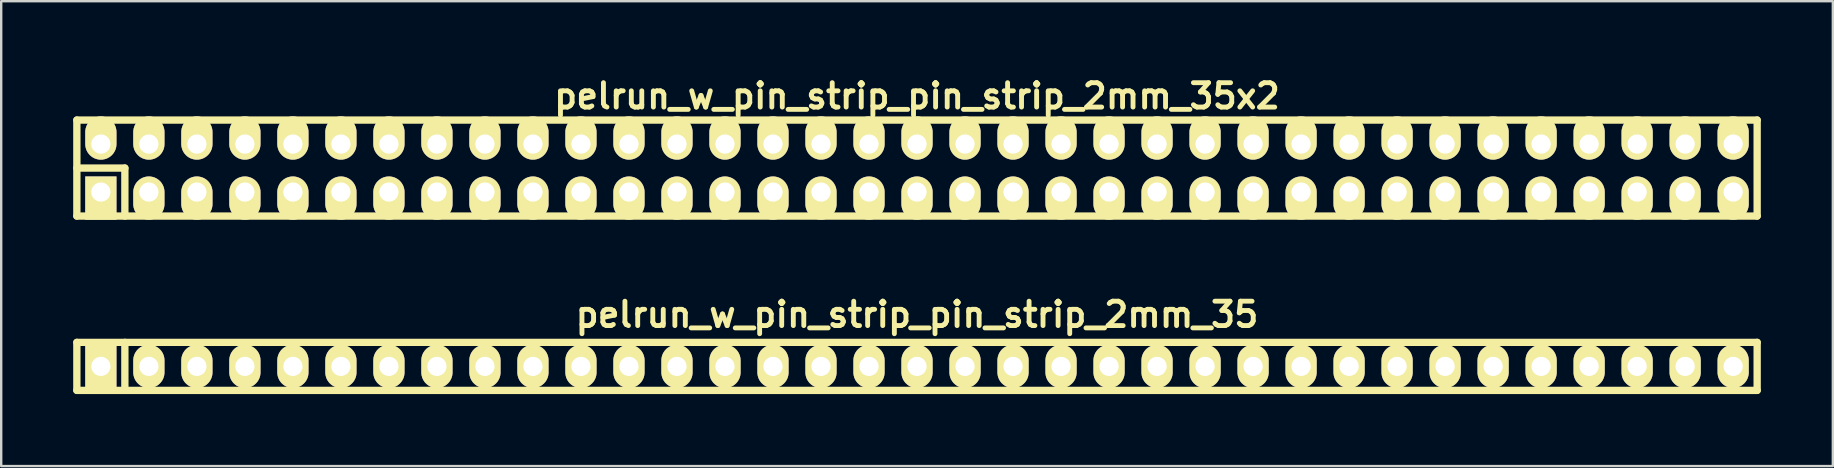
<source format=kicad_pcb>
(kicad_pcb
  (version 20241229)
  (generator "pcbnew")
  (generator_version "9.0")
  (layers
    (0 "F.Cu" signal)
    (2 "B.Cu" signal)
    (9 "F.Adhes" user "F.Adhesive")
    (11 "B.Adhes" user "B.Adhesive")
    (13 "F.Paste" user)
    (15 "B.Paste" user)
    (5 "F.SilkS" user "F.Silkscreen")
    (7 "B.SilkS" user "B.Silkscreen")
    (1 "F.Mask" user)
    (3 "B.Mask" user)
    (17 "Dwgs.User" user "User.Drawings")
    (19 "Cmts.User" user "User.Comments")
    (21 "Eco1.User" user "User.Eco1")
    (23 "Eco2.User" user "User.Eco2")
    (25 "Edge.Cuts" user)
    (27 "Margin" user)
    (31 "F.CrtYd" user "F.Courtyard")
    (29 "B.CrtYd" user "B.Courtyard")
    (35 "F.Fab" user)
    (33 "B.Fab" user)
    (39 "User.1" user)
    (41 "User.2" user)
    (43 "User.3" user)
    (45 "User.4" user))
  (footprint "pelrun_w_pin_strip_pin_strip_2mm_35"
    (layer "F.Cu")
    (at 35.152 12.213)
    (property "Reference" "pelrun_w_pin_strip_pin_strip_2mm_35" (at 0 -2.159 0) (layer "F.SilkS") (effects (font (size 1.016 1.016) (thickness 0.203))))
    (attr through_hole)
    (fp_line (start -35 -1) (end 35 -1) (stroke (width 0.305) (type solid)) (layer "F.SilkS"))
    (fp_line (start -35 1) (end -35 -1) (stroke (width 0.305) (type solid)) (layer "F.SilkS"))
    (fp_line (start -33 -1) (end -33 1) (stroke (width 0.305) (type solid)) (layer "F.SilkS"))
    (fp_line (start 35 -1) (end 35 1) (stroke (width 0.305) (type solid)) (layer "F.SilkS"))
    (fp_line (start 35 1) (end -35 1) (stroke (width 0.305) (type solid)) (layer "F.SilkS"))
    (pad "1" thru_hole rect (at -34 0) (size 1.3 1.8) (drill 0.8) (layers "*.Cu" "*.Mask" "F.SilkS"))
    (pad "2" thru_hole oval (at -32 0) (size 1.3 1.8) (drill 0.8) (layers "*.Cu" "*.Mask" "F.SilkS"))
    (pad "3" thru_hole oval (at -30 0) (size 1.3 1.8) (drill 0.8) (layers "*.Cu" "*.Mask" "F.SilkS"))
    (pad "4" thru_hole oval (at -28 0) (size 1.3 1.8) (drill 0.8) (layers "*.Cu" "*.Mask" "F.SilkS"))
    (pad "5" thru_hole oval (at -26 0) (size 1.3 1.8) (drill 0.8) (layers "*.Cu" "*.Mask" "F.SilkS"))
    (pad "6" thru_hole oval (at -24 0) (size 1.3 1.8) (drill 0.8) (layers "*.Cu" "*.Mask" "F.SilkS"))
    (pad "7" thru_hole oval (at -22 0) (size 1.3 1.8) (drill 0.8) (layers "*.Cu" "*.Mask" "F.SilkS"))
    (pad "8" thru_hole oval (at -20 0) (size 1.3 1.8) (drill 0.8) (layers "*.Cu" "*.Mask" "F.SilkS"))
    (pad "9" thru_hole oval (at -18 0) (size 1.3 1.8) (drill 0.8) (layers "*.Cu" "*.Mask" "F.SilkS"))
    (pad "10" thru_hole oval (at -16 0) (size 1.3 1.8) (drill 0.8) (layers "*.Cu" "*.Mask" "F.SilkS"))
    (pad "11" thru_hole oval (at -14 0) (size 1.3 1.8) (drill 0.8) (layers "*.Cu" "*.Mask" "F.SilkS"))
    (pad "12" thru_hole oval (at -12 0) (size 1.3 1.8) (drill 0.8) (layers "*.Cu" "*.Mask" "F.SilkS"))
    (pad "13" thru_hole oval (at -10 0) (size 1.3 1.8) (drill 0.8) (layers "*.Cu" "*.Mask" "F.SilkS"))
    (pad "14" thru_hole oval (at -8 0) (size 1.3 1.8) (drill 0.8) (layers "*.Cu" "*.Mask" "F.SilkS"))
    (pad "15" thru_hole oval (at -6 0) (size 1.3 1.8) (drill 0.8) (layers "*.Cu" "*.Mask" "F.SilkS"))
    (pad "16" thru_hole oval (at -4 0) (size 1.3 1.8) (drill 0.8) (layers "*.Cu" "*.Mask" "F.SilkS"))
    (pad "17" thru_hole oval (at -2 0) (size 1.3 1.8) (drill 0.8) (layers "*.Cu" "*.Mask" "F.SilkS"))
    (pad "18" thru_hole oval (at 0 0) (size 1.3 1.8) (drill 0.8) (layers "*.Cu" "*.Mask" "F.SilkS"))
    (pad "19" thru_hole oval (at 2 0) (size 1.3 1.8) (drill 0.8) (layers "*.Cu" "*.Mask" "F.SilkS"))
    (pad "20" thru_hole oval (at 4 0) (size 1.3 1.8) (drill 0.8) (layers "*.Cu" "*.Mask" "F.SilkS"))
    (pad "21" thru_hole oval (at 6 0) (size 1.3 1.8) (drill 0.8) (layers "*.Cu" "*.Mask" "F.SilkS"))
    (pad "22" thru_hole oval (at 8 0) (size 1.3 1.8) (drill 0.8) (layers "*.Cu" "*.Mask" "F.SilkS"))
    (pad "23" thru_hole oval (at 10 0) (size 1.3 1.8) (drill 0.8) (layers "*.Cu" "*.Mask" "F.SilkS"))
    (pad "24" thru_hole oval (at 12 0) (size 1.3 1.8) (drill 0.8) (layers "*.Cu" "*.Mask" "F.SilkS"))
    (pad "25" thru_hole oval (at 14 0) (size 1.3 1.8) (drill 0.8) (layers "*.Cu" "*.Mask" "F.SilkS"))
    (pad "26" thru_hole oval (at 16 0) (size 1.3 1.8) (drill 0.8) (layers "*.Cu" "*.Mask" "F.SilkS"))
    (pad "27" thru_hole oval (at 18 0) (size 1.3 1.8) (drill 0.8) (layers "*.Cu" "*.Mask" "F.SilkS"))
    (pad "28" thru_hole oval (at 20 0) (size 1.3 1.8) (drill 0.8) (layers "*.Cu" "*.Mask" "F.SilkS"))
    (pad "29" thru_hole oval (at 22 0) (size 1.3 1.8) (drill 0.8) (layers "*.Cu" "*.Mask" "F.SilkS"))
    (pad "30" thru_hole oval (at 24 0) (size 1.3 1.8) (drill 0.8) (layers "*.Cu" "*.Mask" "F.SilkS"))
    (pad "31" thru_hole oval (at 26 0) (size 1.3 1.8) (drill 0.8) (layers "*.Cu" "*.Mask" "F.SilkS"))
    (pad "32" thru_hole oval (at 28 0) (size 1.3 1.8) (drill 0.8) (layers "*.Cu" "*.Mask" "F.SilkS"))
    (pad "33" thru_hole oval (at 30 0) (size 1.3 1.8) (drill 0.8) (layers "*.Cu" "*.Mask" "F.SilkS"))
    (pad "34" thru_hole oval (at 32 0) (size 1.3 1.8) (drill 0.8) (layers "*.Cu" "*.Mask" "F.SilkS"))
    (pad "35" thru_hole oval (at 34 0) (size 1.3 1.8) (drill 0.8) (layers "*.Cu" "*.Mask" "F.SilkS")))
  (footprint "pelrun_w_pin_strip_pin_strip_2mm_35x2"
    (layer "F.Cu")
    (at 35.152 3.951)
    (property "Reference" "pelrun_w_pin_strip_pin_strip_2mm_35x2" (at 0 -3 0) (layer "F.SilkS") (effects (font (size 1.016 1.016) (thickness 0.203))))
    (attr through_hole)
    (fp_line (start -35 -2) (end 35 -2) (stroke (width 0.305) (type solid)) (layer "F.SilkS"))
    (fp_line (start -35 0) (end -33 0) (stroke (width 0.305) (type solid)) (layer "F.SilkS"))
    (fp_line (start -35 2) (end -35 -2) (stroke (width 0.305) (type solid)) (layer "F.SilkS"))
    (fp_line (start -33 0) (end -33 2) (stroke (width 0.305) (type solid)) (layer "F.SilkS"))
    (fp_line (start 35 -2) (end 35 2) (stroke (width 0.305) (type solid)) (layer "F.SilkS"))
    (fp_line (start 35 2) (end -35 2) (stroke (width 0.305) (type solid)) (layer "F.SilkS"))
    (pad "1" thru_hole rect (at -34 1) (size 1.3 1.8) (drill 0.8 (offset 0 0.25)) (layers "*.Cu" "*.Mask" "F.SilkS"))
    (pad "2" thru_hole oval (at -34 -1) (size 1.3 1.8) (drill 0.8 (offset 0 -0.25)) (layers "*.Cu" "*.Mask" "F.SilkS"))
    (pad "3" thru_hole oval (at -32 1) (size 1.3 1.8) (drill 0.8 (offset 0 0.25)) (layers "*.Cu" "*.Mask" "F.SilkS"))
    (pad "4" thru_hole oval (at -32 -1) (size 1.3 1.8) (drill 0.8 (offset 0 -0.25)) (layers "*.Cu" "*.Mask" "F.SilkS"))
    (pad "5" thru_hole oval (at -30 1) (size 1.3 1.8) (drill 0.8 (offset 0 0.25)) (layers "*.Cu" "*.Mask" "F.SilkS"))
    (pad "6" thru_hole oval (at -30 -1) (size 1.3 1.8) (drill 0.8 (offset 0 -0.25)) (layers "*.Cu" "*.Mask" "F.SilkS"))
    (pad "7" thru_hole oval (at -28 1) (size 1.3 1.8) (drill 0.8 (offset 0 0.25)) (layers "*.Cu" "*.Mask" "F.SilkS"))
    (pad "8" thru_hole oval (at -28 -1) (size 1.3 1.8) (drill 0.8 (offset 0 -0.25)) (layers "*.Cu" "*.Mask" "F.SilkS"))
    (pad "9" thru_hole oval (at -26 1) (size 1.3 1.8) (drill 0.8 (offset 0 0.25)) (layers "*.Cu" "*.Mask" "F.SilkS"))
    (pad "10" thru_hole oval (at -26 -1) (size 1.3 1.8) (drill 0.8 (offset 0 -0.25)) (layers "*.Cu" "*.Mask" "F.SilkS"))
    (pad "11" thru_hole oval (at -24 1) (size 1.3 1.8) (drill 0.8 (offset 0 0.25)) (layers "*.Cu" "*.Mask" "F.SilkS"))
    (pad "12" thru_hole oval (at -24 -1) (size 1.3 1.8) (drill 0.8 (offset 0 -0.25)) (layers "*.Cu" "*.Mask" "F.SilkS"))
    (pad "13" thru_hole oval (at -22 1) (size 1.3 1.8) (drill 0.8 (offset 0 0.25)) (layers "*.Cu" "*.Mask" "F.SilkS"))
    (pad "14" thru_hole oval (at -22 -1) (size 1.3 1.8) (drill 0.8 (offset 0 -0.25)) (layers "*.Cu" "*.Mask" "F.SilkS"))
    (pad "15" thru_hole oval (at -20 1) (size 1.3 1.8) (drill 0.8 (offset 0 0.25)) (layers "*.Cu" "*.Mask" "F.SilkS"))
    (pad "16" thru_hole oval (at -20 -1) (size 1.3 1.8) (drill 0.8 (offset 0 -0.25)) (layers "*.Cu" "*.Mask" "F.SilkS"))
    (pad "17" thru_hole oval (at -18 1) (size 1.3 1.8) (drill 0.8 (offset 0 0.25)) (layers "*.Cu" "*.Mask" "F.SilkS"))
    (pad "18" thru_hole oval (at -18 -1) (size 1.3 1.8) (drill 0.8 (offset 0 -0.25)) (layers "*.Cu" "*.Mask" "F.SilkS"))
    (pad "19" thru_hole oval (at -16 1) (size 1.3 1.8) (drill 0.8 (offset 0 0.25)) (layers "*.Cu" "*.Mask" "F.SilkS"))
    (pad "20" thru_hole oval (at -16 -1) (size 1.3 1.8) (drill 0.8 (offset 0 -0.25)) (layers "*.Cu" "*.Mask" "F.SilkS"))
    (pad "21" thru_hole oval (at -14 1) (size 1.3 1.8) (drill 0.8 (offset 0 0.25)) (layers "*.Cu" "*.Mask" "F.SilkS"))
    (pad "22" thru_hole oval (at -14 -1) (size 1.3 1.8) (drill 0.8 (offset 0 -0.25)) (layers "*.Cu" "*.Mask" "F.SilkS"))
    (pad "23" thru_hole oval (at -12 1) (size 1.3 1.8) (drill 0.8 (offset 0 0.25)) (layers "*.Cu" "*.Mask" "F.SilkS"))
    (pad "24" thru_hole oval (at -12 -1) (size 1.3 1.8) (drill 0.8 (offset 0 -0.25)) (layers "*.Cu" "*.Mask" "F.SilkS"))
    (pad "25" thru_hole oval (at -10 1) (size 1.3 1.8) (drill 0.8 (offset 0 0.25)) (layers "*.Cu" "*.Mask" "F.SilkS"))
    (pad "26" thru_hole oval (at -10 -1) (size 1.3 1.8) (drill 0.8 (offset 0 -0.25)) (layers "*.Cu" "*.Mask" "F.SilkS"))
    (pad "27" thru_hole oval (at -8 1) (size 1.3 1.8) (drill 0.8 (offset 0 0.25)) (layers "*.Cu" "*.Mask" "F.SilkS"))
    (pad "28" thru_hole oval (at -8 -1) (size 1.3 1.8) (drill 0.8 (offset 0 -0.25)) (layers "*.Cu" "*.Mask" "F.SilkS"))
    (pad "29" thru_hole oval (at -6 1) (size 1.3 1.8) (drill 0.8 (offset 0 0.25)) (layers "*.Cu" "*.Mask" "F.SilkS"))
    (pad "30" thru_hole oval (at -6 -1) (size 1.3 1.8) (drill 0.8 (offset 0 -0.25)) (layers "*.Cu" "*.Mask" "F.SilkS"))
    (pad "31" thru_hole oval (at -4 1) (size 1.3 1.8) (drill 0.8 (offset 0 0.25)) (layers "*.Cu" "*.Mask" "F.SilkS"))
    (pad "32" thru_hole oval (at -4 -1) (size 1.3 1.8) (drill 0.8 (offset 0 -0.25)) (layers "*.Cu" "*.Mask" "F.SilkS"))
    (pad "33" thru_hole oval (at -2 1) (size 1.3 1.8) (drill 0.8 (offset 0 0.25)) (layers "*.Cu" "*.Mask" "F.SilkS"))
    (pad "34" thru_hole oval (at -2 -1) (size 1.3 1.8) (drill 0.8 (offset 0 -0.25)) (layers "*.Cu" "*.Mask" "F.SilkS"))
    (pad "35" thru_hole oval (at 0 1) (size 1.3 1.8) (drill 0.8 (offset 0 0.25)) (layers "*.Cu" "*.Mask" "F.SilkS"))
    (pad "36" thru_hole oval (at 0 -1) (size 1.3 1.8) (drill 0.8 (offset 0 -0.25)) (layers "*.Cu" "*.Mask" "F.SilkS"))
    (pad "37" thru_hole oval (at 2 1) (size 1.3 1.8) (drill 0.8 (offset 0 0.25)) (layers "*.Cu" "*.Mask" "F.SilkS"))
    (pad "38" thru_hole oval (at 2 -1) (size 1.3 1.8) (drill 0.8 (offset 0 -0.25)) (layers "*.Cu" "*.Mask" "F.SilkS"))
    (pad "39" thru_hole oval (at 4 1) (size 1.3 1.8) (drill 0.8 (offset 0 0.25)) (layers "*.Cu" "*.Mask" "F.SilkS"))
    (pad "40" thru_hole oval (at 4 -1) (size 1.3 1.8) (drill 0.8 (offset 0 -0.25)) (layers "*.Cu" "*.Mask" "F.SilkS"))
    (pad "41" thru_hole oval (at 6 1) (size 1.3 1.8) (drill 0.8 (offset 0 0.25)) (layers "*.Cu" "*.Mask" "F.SilkS"))
    (pad "42" thru_hole oval (at 6 -1) (size 1.3 1.8) (drill 0.8 (offset 0 -0.25)) (layers "*.Cu" "*.Mask" "F.SilkS"))
    (pad "43" thru_hole oval (at 8 1) (size 1.3 1.8) (drill 0.8 (offset 0 0.25)) (layers "*.Cu" "*.Mask" "F.SilkS"))
    (pad "44" thru_hole oval (at 8 -1) (size 1.3 1.8) (drill 0.8 (offset 0 -0.25)) (layers "*.Cu" "*.Mask" "F.SilkS"))
    (pad "45" thru_hole oval (at 10 1) (size 1.3 1.8) (drill 0.8 (offset 0 0.25)) (layers "*.Cu" "*.Mask" "F.SilkS"))
    (pad "46" thru_hole oval (at 10 -1) (size 1.3 1.8) (drill 0.8 (offset 0 -0.25)) (layers "*.Cu" "*.Mask" "F.SilkS"))
    (pad "47" thru_hole oval (at 12 1) (size 1.3 1.8) (drill 0.8 (offset 0 0.25)) (layers "*.Cu" "*.Mask" "F.SilkS"))
    (pad "48" thru_hole oval (at 12 -1) (size 1.3 1.8) (drill 0.8 (offset 0 -0.25)) (layers "*.Cu" "*.Mask" "F.SilkS"))
    (pad "49" thru_hole oval (at 14 1) (size 1.3 1.8) (drill 0.8 (offset 0 0.25)) (layers "*.Cu" "*.Mask" "F.SilkS"))
    (pad "50" thru_hole oval (at 14 -1) (size 1.3 1.8) (drill 0.8 (offset 0 -0.25)) (layers "*.Cu" "*.Mask" "F.SilkS"))
    (pad "51" thru_hole oval (at 16 1) (size 1.3 1.8) (drill 0.8 (offset 0 0.25)) (layers "*.Cu" "*.Mask" "F.SilkS"))
    (pad "52" thru_hole oval (at 16 -1) (size 1.3 1.8) (drill 0.8 (offset 0 -0.25)) (layers "*.Cu" "*.Mask" "F.SilkS"))
    (pad "53" thru_hole oval (at 18 1) (size 1.3 1.8) (drill 0.8 (offset 0 0.25)) (layers "*.Cu" "*.Mask" "F.SilkS"))
    (pad "54" thru_hole oval (at 18 -1) (size 1.3 1.8) (drill 0.8 (offset 0 -0.25)) (layers "*.Cu" "*.Mask" "F.SilkS"))
    (pad "55" thru_hole oval (at 20 1) (size 1.3 1.8) (drill 0.8 (offset 0 0.25)) (layers "*.Cu" "*.Mask" "F.SilkS"))
    (pad "56" thru_hole oval (at 20 -1) (size 1.3 1.8) (drill 0.8 (offset 0 -0.25)) (layers "*.Cu" "*.Mask" "F.SilkS"))
    (pad "57" thru_hole oval (at 22 1) (size 1.3 1.8) (drill 0.8 (offset 0 0.25)) (layers "*.Cu" "*.Mask" "F.SilkS"))
    (pad "58" thru_hole oval (at 22 -1) (size 1.3 1.8) (drill 0.8 (offset 0 -0.25)) (layers "*.Cu" "*.Mask" "F.SilkS"))
    (pad "59" thru_hole oval (at 24 1) (size 1.3 1.8) (drill 0.8 (offset 0 0.25)) (layers "*.Cu" "*.Mask" "F.SilkS"))
    (pad "60" thru_hole oval (at 24 -1) (size 1.3 1.8) (drill 0.8 (offset 0 -0.25)) (layers "*.Cu" "*.Mask" "F.SilkS"))
    (pad "61" thru_hole oval (at 26 1) (size 1.3 1.8) (drill 0.8 (offset 0 0.25)) (layers "*.Cu" "*.Mask" "F.SilkS"))
    (pad "62" thru_hole oval (at 26 -1) (size 1.3 1.8) (drill 0.8 (offset 0 -0.25)) (layers "*.Cu" "*.Mask" "F.SilkS"))
    (pad "63" thru_hole oval (at 28 1) (size 1.3 1.8) (drill 0.8 (offset 0 0.25)) (layers "*.Cu" "*.Mask" "F.SilkS"))
    (pad "64" thru_hole oval (at 28 -1) (size 1.3 1.8) (drill 0.8 (offset 0 -0.25)) (layers "*.Cu" "*.Mask" "F.SilkS"))
    (pad "65" thru_hole oval (at 30 1) (size 1.3 1.8) (drill 0.8 (offset 0 0.25)) (layers "*.Cu" "*.Mask" "F.SilkS"))
    (pad "66" thru_hole oval (at 30 -1) (size 1.3 1.8) (drill 0.8 (offset 0 -0.25)) (layers "*.Cu" "*.Mask" "F.SilkS"))
    (pad "67" thru_hole oval (at 32 1) (size 1.3 1.8) (drill 0.8 (offset 0 0.25)) (layers "*.Cu" "*.Mask" "F.SilkS"))
    (pad "68" thru_hole oval (at 32 -1) (size 1.3 1.8) (drill 0.8 (offset 0 -0.25)) (layers "*.Cu" "*.Mask" "F.SilkS"))
    (pad "69" thru_hole oval (at 34 1) (size 1.3 1.8) (drill 0.8 (offset 0 0.25)) (layers "*.Cu" "*.Mask" "F.SilkS"))
    (pad "70" thru_hole oval (at 34 -1) (size 1.3 1.8) (drill 0.8 (offset 0 -0.25)) (layers "*.Cu" "*.Mask" "F.SilkS")))
  (gr_rect
    (start -3 -3)
    (end 73.305 16.366)
    (stroke (width 0.1) (type default))
    (fill no)
    (layer "Edge.Cuts")))
</source>
